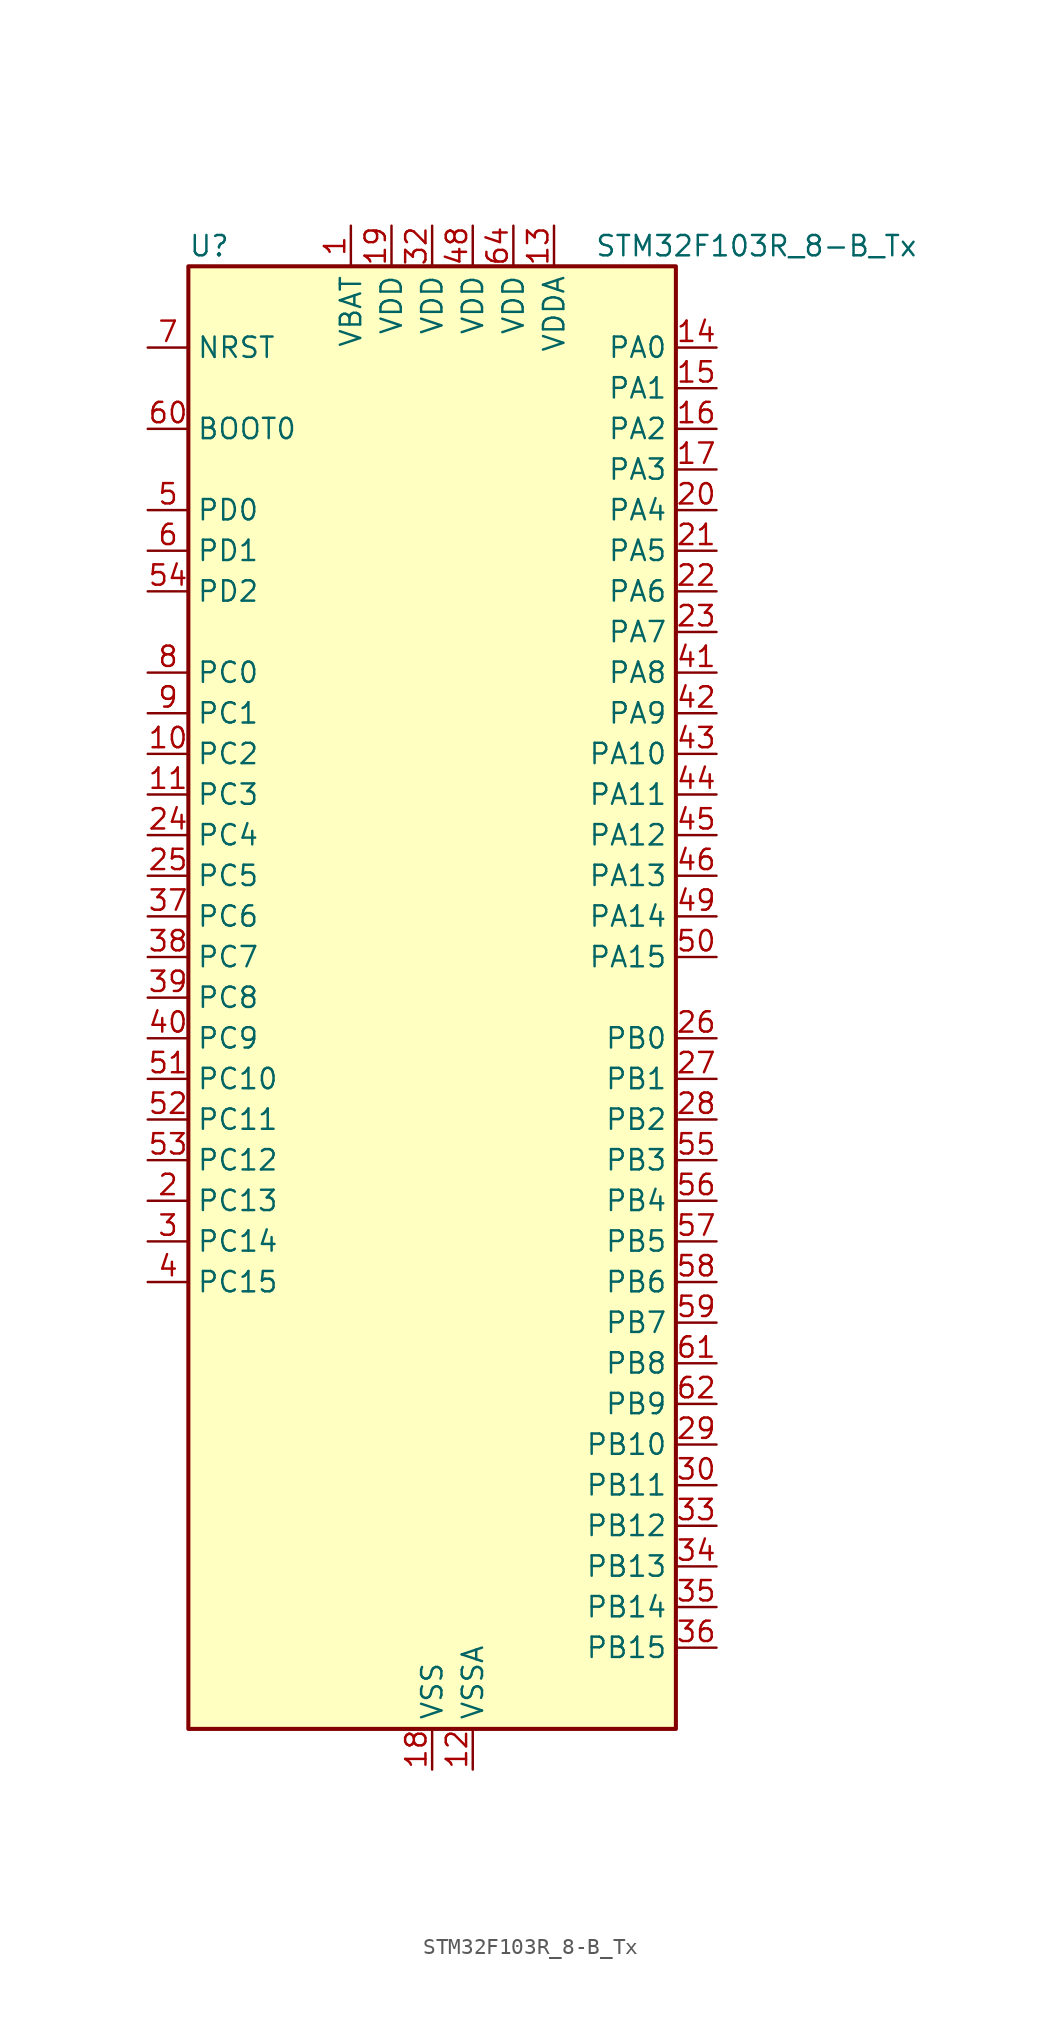
<source format=kicad_sym>
(kicad_symbol_lib
  (version 20241209)
  (generator "kicad_symbol_editor")
  (generator_version "9.0")
  (symbol "STM32F103R_8-B_Tx"
    (property "Reference" "U"
      (at -15.24 46.99 0)
      (effects (font (size 1.27 1.27)) (justify left)))
    (property "Value" "STM32F103R_8-B_Tx"
      (at 10.16 46.99 0)
      (effects (font (size 1.27 1.27)) (justify left)))
    (symbol "STM32F103R_8-B_Tx_0_1"
      (rectangle (start -15.24 -45.72) (end 15.24 45.72) (stroke (width 0.254) (type default)) (fill (type background))))
    (symbol "STM32F103R_8-B_Tx_1_1"
      (pin input line (at -17.78 40.64 0) (length 2.54) (name "NRST" (effects (font (size 1.27 1.27)))) (number "7" (effects (font (size 1.27 1.27)))))
      (pin input line (at -17.78 35.56 0) (length 2.54) (name "BOOT0" (effects (font (size 1.27 1.27)))) (number "60" (effects (font (size 1.27 1.27)))))
      (pin bidirectional line (at -17.78 30.48 0) (length 2.54) (name "PD0" (effects (font (size 1.27 1.27)))) (number "5" (effects (font (size 1.27 1.27)))) (alternate "RCC_OSC_IN" bidirectional line))
      (pin bidirectional line (at -17.78 27.94 0) (length 2.54) (name "PD1" (effects (font (size 1.27 1.27)))) (number "6" (effects (font (size 1.27 1.27)))) (alternate "RCC_OSC_OUT" bidirectional line))
      (pin bidirectional line (at -17.78 25.4 0) (length 2.54) (name "PD2" (effects (font (size 1.27 1.27)))) (number "54" (effects (font (size 1.27 1.27)))) (alternate "TIM3_ETR" bidirectional line))
      (pin bidirectional line (at -17.78 20.32 0) (length 2.54) (name "PC0" (effects (font (size 1.27 1.27)))) (number "8" (effects (font (size 1.27 1.27)))) (alternate "ADC1_IN10" bidirectional line) (alternate "ADC2_IN10" bidirectional line))
      (pin bidirectional line (at -17.78 17.78 0) (length 2.54) (name "PC1" (effects (font (size 1.27 1.27)))) (number "9" (effects (font (size 1.27 1.27)))) (alternate "ADC1_IN11" bidirectional line) (alternate "ADC2_IN11" bidirectional line))
      (pin bidirectional line (at -17.78 15.24 0) (length 2.54) (name "PC2" (effects (font (size 1.27 1.27)))) (number "10" (effects (font (size 1.27 1.27)))) (alternate "ADC1_IN12" bidirectional line) (alternate "ADC2_IN12" bidirectional line))
      (pin bidirectional line (at -17.78 12.7 0) (length 2.54) (name "PC3" (effects (font (size 1.27 1.27)))) (number "11" (effects (font (size 1.27 1.27)))) (alternate "ADC1_IN13" bidirectional line) (alternate "ADC2_IN13" bidirectional line))
      (pin bidirectional line (at -17.78 10.16 0) (length 2.54) (name "PC4" (effects (font (size 1.27 1.27)))) (number "24" (effects (font (size 1.27 1.27)))) (alternate "ADC1_IN14" bidirectional line) (alternate "ADC2_IN14" bidirectional line))
      (pin bidirectional line (at -17.78 7.62 0) (length 2.54) (name "PC5" (effects (font (size 1.27 1.27)))) (number "25" (effects (font (size 1.27 1.27)))) (alternate "ADC1_IN15" bidirectional line) (alternate "ADC2_IN15" bidirectional line))
      (pin bidirectional line (at -17.78 5.08 0) (length 2.54) (name "PC6" (effects (font (size 1.27 1.27)))) (number "37" (effects (font (size 1.27 1.27)))) (alternate "TIM3_CH1" bidirectional line))
      (pin bidirectional line (at -17.78 2.54 0) (length 2.54) (name "PC7" (effects (font (size 1.27 1.27)))) (number "38" (effects (font (size 1.27 1.27)))) (alternate "TIM3_CH2" bidirectional line))
      (pin bidirectional line (at -17.78 0 0) (length 2.54) (name "PC8" (effects (font (size 1.27 1.27)))) (number "39" (effects (font (size 1.27 1.27)))) (alternate "TIM3_CH3" bidirectional line))
      (pin bidirectional line (at -17.78 -2.54 0) (length 2.54) (name "PC9" (effects (font (size 1.27 1.27)))) (number "40" (effects (font (size 1.27 1.27)))) (alternate "TIM3_CH4" bidirectional line))
      (pin bidirectional line (at -17.78 -5.08 0) (length 2.54) (name "PC10" (effects (font (size 1.27 1.27)))) (number "51" (effects (font (size 1.27 1.27)))) (alternate "USART3_TX" bidirectional line))
      (pin bidirectional line (at -17.78 -7.62 0) (length 2.54) (name "PC11" (effects (font (size 1.27 1.27)))) (number "52" (effects (font (size 1.27 1.27)))) (alternate "ADC1_EXTI11" bidirectional line) (alternate "ADC2_EXTI11" bidirectional line) (alternate "USART3_RX" bidirectional line))
      (pin bidirectional line (at -17.78 -10.16 0) (length 2.54) (name "PC12" (effects (font (size 1.27 1.27)))) (number "53" (effects (font (size 1.27 1.27)))) (alternate "USART3_CK" bidirectional line))
      (pin bidirectional line (at -17.78 -12.7 0) (length 2.54) (name "PC13" (effects (font (size 1.27 1.27)))) (number "2" (effects (font (size 1.27 1.27)))) (alternate "RTC_OUT" bidirectional line) (alternate "RTC_TAMPER" bidirectional line))
      (pin bidirectional line (at -17.78 -15.24 0) (length 2.54) (name "PC14" (effects (font (size 1.27 1.27)))) (number "3" (effects (font (size 1.27 1.27)))) (alternate "RCC_OSC32_IN" bidirectional line))
      (pin bidirectional line (at -17.78 -17.78 0) (length 2.54) (name "PC15" (effects (font (size 1.27 1.27)))) (number "4" (effects (font (size 1.27 1.27)))) (alternate "ADC1_EXTI15" bidirectional line) (alternate "ADC2_EXTI15" bidirectional line) (alternate "RCC_OSC32_OUT" bidirectional line))
      (pin power_in line (at -5.08 48.26 270) (length 2.54) (name "VBAT" (effects (font (size 1.27 1.27)))) (number "1" (effects (font (size 1.27 1.27)))))
      (pin power_in line (at -2.54 48.26 270) (length 2.54) (name "VDD" (effects (font (size 1.27 1.27)))) (number "19" (effects (font (size 1.27 1.27)))))
      (pin power_in line (at 0 48.26 270) (length 2.54) (name "VDD" (effects (font (size 1.27 1.27)))) (number "32" (effects (font (size 1.27 1.27)))))
      (pin power_in line (at 0 -48.26 90) (length 2.54) (name "VSS" (effects (font (size 1.27 1.27)))) (number "18" (effects (font (size 1.27 1.27)))))
      (pin passive line (at 0 -48.26 90) (length 2.54) (hide yes) (name "VSS" (effects (font (size 1.27 1.27)))) (number "31" (effects (font (size 1.27 1.27)))))
      (pin passive line (at 0 -48.26 90) (length 2.54) (hide yes) (name "VSS" (effects (font (size 1.27 1.27)))) (number "47" (effects (font (size 1.27 1.27)))))
      (pin passive line (at 0 -48.26 90) (length 2.54) (hide yes) (name "VSS" (effects (font (size 1.27 1.27)))) (number "63" (effects (font (size 1.27 1.27)))))
      (pin power_in line (at 2.54 48.26 270) (length 2.54) (name "VDD" (effects (font (size 1.27 1.27)))) (number "48" (effects (font (size 1.27 1.27)))))
      (pin power_in line (at 2.54 -48.26 90) (length 2.54) (name "VSSA" (effects (font (size 1.27 1.27)))) (number "12" (effects (font (size 1.27 1.27)))))
      (pin power_in line (at 5.08 48.26 270) (length 2.54) (name "VDD" (effects (font (size 1.27 1.27)))) (number "64" (effects (font (size 1.27 1.27)))))
      (pin power_in line (at 7.62 48.26 270) (length 2.54) (name "VDDA" (effects (font (size 1.27 1.27)))) (number "13" (effects (font (size 1.27 1.27)))))
      (pin bidirectional line (at 17.78 40.64 180) (length 2.54) (name "PA0" (effects (font (size 1.27 1.27)))) (number "14" (effects (font (size 1.27 1.27)))) (alternate "ADC1_IN0" bidirectional line) (alternate "ADC2_IN0" bidirectional line) (alternate "SYS_WKUP" bidirectional line) (alternate "TIM2_CH1" bidirectional line) (alternate "TIM2_ETR" bidirectional line) (alternate "USART2_CTS" bidirectional line))
      (pin bidirectional line (at 17.78 38.1 180) (length 2.54) (name "PA1" (effects (font (size 1.27 1.27)))) (number "15" (effects (font (size 1.27 1.27)))) (alternate "ADC1_IN1" bidirectional line) (alternate "ADC2_IN1" bidirectional line) (alternate "TIM2_CH2" bidirectional line) (alternate "USART2_RTS" bidirectional line))
      (pin bidirectional line (at 17.78 35.56 180) (length 2.54) (name "PA2" (effects (font (size 1.27 1.27)))) (number "16" (effects (font (size 1.27 1.27)))) (alternate "ADC1_IN2" bidirectional line) (alternate "ADC2_IN2" bidirectional line) (alternate "TIM2_CH3" bidirectional line) (alternate "USART2_TX" bidirectional line))
      (pin bidirectional line (at 17.78 33.02 180) (length 2.54) (name "PA3" (effects (font (size 1.27 1.27)))) (number "17" (effects (font (size 1.27 1.27)))) (alternate "ADC1_IN3" bidirectional line) (alternate "ADC2_IN3" bidirectional line) (alternate "TIM2_CH4" bidirectional line) (alternate "USART2_RX" bidirectional line))
      (pin bidirectional line (at 17.78 30.48 180) (length 2.54) (name "PA4" (effects (font (size 1.27 1.27)))) (number "20" (effects (font (size 1.27 1.27)))) (alternate "ADC1_IN4" bidirectional line) (alternate "ADC2_IN4" bidirectional line) (alternate "SPI1_NSS" bidirectional line) (alternate "USART2_CK" bidirectional line))
      (pin bidirectional line (at 17.78 27.94 180) (length 2.54) (name "PA5" (effects (font (size 1.27 1.27)))) (number "21" (effects (font (size 1.27 1.27)))) (alternate "ADC1_IN5" bidirectional line) (alternate "ADC2_IN5" bidirectional line) (alternate "SPI1_SCK" bidirectional line))
      (pin bidirectional line (at 17.78 25.4 180) (length 2.54) (name "PA6" (effects (font (size 1.27 1.27)))) (number "22" (effects (font (size 1.27 1.27)))) (alternate "ADC1_IN6" bidirectional line) (alternate "ADC2_IN6" bidirectional line) (alternate "SPI1_MISO" bidirectional line) (alternate "TIM1_BKIN" bidirectional line) (alternate "TIM3_CH1" bidirectional line))
      (pin bidirectional line (at 17.78 22.86 180) (length 2.54) (name "PA7" (effects (font (size 1.27 1.27)))) (number "23" (effects (font (size 1.27 1.27)))) (alternate "ADC1_IN7" bidirectional line) (alternate "ADC2_IN7" bidirectional line) (alternate "SPI1_MOSI" bidirectional line) (alternate "TIM1_CH1N" bidirectional line) (alternate "TIM3_CH2" bidirectional line))
      (pin bidirectional line (at 17.78 20.32 180) (length 2.54) (name "PA8" (effects (font (size 1.27 1.27)))) (number "41" (effects (font (size 1.27 1.27)))) (alternate "RCC_MCO" bidirectional line) (alternate "TIM1_CH1" bidirectional line) (alternate "USART1_CK" bidirectional line))
      (pin bidirectional line (at 17.78 17.78 180) (length 2.54) (name "PA9" (effects (font (size 1.27 1.27)))) (number "42" (effects (font (size 1.27 1.27)))) (alternate "TIM1_CH2" bidirectional line) (alternate "USART1_TX" bidirectional line))
      (pin bidirectional line (at 17.78 15.24 180) (length 2.54) (name "PA10" (effects (font (size 1.27 1.27)))) (number "43" (effects (font (size 1.27 1.27)))) (alternate "TIM1_CH3" bidirectional line) (alternate "USART1_RX" bidirectional line))
      (pin bidirectional line (at 17.78 12.7 180) (length 2.54) (name "PA11" (effects (font (size 1.27 1.27)))) (number "44" (effects (font (size 1.27 1.27)))) (alternate "ADC1_EXTI11" bidirectional line) (alternate "ADC2_EXTI11" bidirectional line) (alternate "CAN_RX" bidirectional line) (alternate "TIM1_CH4" bidirectional line) (alternate "USART1_CTS" bidirectional line) (alternate "USB_DM" bidirectional line))
      (pin bidirectional line (at 17.78 10.16 180) (length 2.54) (name "PA12" (effects (font (size 1.27 1.27)))) (number "45" (effects (font (size 1.27 1.27)))) (alternate "CAN_TX" bidirectional line) (alternate "TIM1_ETR" bidirectional line) (alternate "USART1_RTS" bidirectional line) (alternate "USB_DP" bidirectional line))
      (pin bidirectional line (at 17.78 7.62 180) (length 2.54) (name "PA13" (effects (font (size 1.27 1.27)))) (number "46" (effects (font (size 1.27 1.27)))) (alternate "SYS_JTMS-SWDIO" bidirectional line))
      (pin bidirectional line (at 17.78 5.08 180) (length 2.54) (name "PA14" (effects (font (size 1.27 1.27)))) (number "49" (effects (font (size 1.27 1.27)))) (alternate "SYS_JTCK-SWCLK" bidirectional line))
      (pin bidirectional line (at 17.78 2.54 180) (length 2.54) (name "PA15" (effects (font (size 1.27 1.27)))) (number "50" (effects (font (size 1.27 1.27)))) (alternate "ADC1_EXTI15" bidirectional line) (alternate "ADC2_EXTI15" bidirectional line) (alternate "SPI1_NSS" bidirectional line) (alternate "SYS_JTDI" bidirectional line) (alternate "TIM2_CH1" bidirectional line) (alternate "TIM2_ETR" bidirectional line))
      (pin bidirectional line (at 17.78 -2.54 180) (length 2.54) (name "PB0" (effects (font (size 1.27 1.27)))) (number "26" (effects (font (size 1.27 1.27)))) (alternate "ADC1_IN8" bidirectional line) (alternate "ADC2_IN8" bidirectional line) (alternate "TIM1_CH2N" bidirectional line) (alternate "TIM3_CH3" bidirectional line))
      (pin bidirectional line (at 17.78 -5.08 180) (length 2.54) (name "PB1" (effects (font (size 1.27 1.27)))) (number "27" (effects (font (size 1.27 1.27)))) (alternate "ADC1_IN9" bidirectional line) (alternate "ADC2_IN9" bidirectional line) (alternate "TIM1_CH3N" bidirectional line) (alternate "TIM3_CH4" bidirectional line))
      (pin bidirectional line (at 17.78 -7.62 180) (length 2.54) (name "PB2" (effects (font (size 1.27 1.27)))) (number "28" (effects (font (size 1.27 1.27)))))
      (pin bidirectional line (at 17.78 -10.16 180) (length 2.54) (name "PB3" (effects (font (size 1.27 1.27)))) (number "55" (effects (font (size 1.27 1.27)))) (alternate "SPI1_SCK" bidirectional line) (alternate "SYS_JTDO-TRACESWO" bidirectional line) (alternate "TIM2_CH2" bidirectional line))
      (pin bidirectional line (at 17.78 -12.7 180) (length 2.54) (name "PB4" (effects (font (size 1.27 1.27)))) (number "56" (effects (font (size 1.27 1.27)))) (alternate "SPI1_MISO" bidirectional line) (alternate "SYS_NJTRST" bidirectional line) (alternate "TIM3_CH1" bidirectional line))
      (pin bidirectional line (at 17.78 -15.24 180) (length 2.54) (name "PB5" (effects (font (size 1.27 1.27)))) (number "57" (effects (font (size 1.27 1.27)))) (alternate "I2C1_SMBA" bidirectional line) (alternate "SPI1_MOSI" bidirectional line) (alternate "TIM3_CH2" bidirectional line))
      (pin bidirectional line (at 17.78 -17.78 180) (length 2.54) (name "PB6" (effects (font (size 1.27 1.27)))) (number "58" (effects (font (size 1.27 1.27)))) (alternate "I2C1_SCL" bidirectional line) (alternate "TIM4_CH1" bidirectional line) (alternate "USART1_TX" bidirectional line))
      (pin bidirectional line (at 17.78 -20.32 180) (length 2.54) (name "PB7" (effects (font (size 1.27 1.27)))) (number "59" (effects (font (size 1.27 1.27)))) (alternate "I2C1_SDA" bidirectional line) (alternate "TIM4_CH2" bidirectional line) (alternate "USART1_RX" bidirectional line))
      (pin bidirectional line (at 17.78 -22.86 180) (length 2.54) (name "PB8" (effects (font (size 1.27 1.27)))) (number "61" (effects (font (size 1.27 1.27)))) (alternate "CAN_RX" bidirectional line) (alternate "I2C1_SCL" bidirectional line) (alternate "TIM4_CH3" bidirectional line))
      (pin bidirectional line (at 17.78 -25.4 180) (length 2.54) (name "PB9" (effects (font (size 1.27 1.27)))) (number "62" (effects (font (size 1.27 1.27)))) (alternate "CAN_TX" bidirectional line) (alternate "I2C1_SDA" bidirectional line) (alternate "TIM4_CH4" bidirectional line))
      (pin bidirectional line (at 17.78 -27.94 180) (length 2.54) (name "PB10" (effects (font (size 1.27 1.27)))) (number "29" (effects (font (size 1.27 1.27)))) (alternate "I2C2_SCL" bidirectional line) (alternate "TIM2_CH3" bidirectional line) (alternate "USART3_TX" bidirectional line))
      (pin bidirectional line (at 17.78 -30.48 180) (length 2.54) (name "PB11" (effects (font (size 1.27 1.27)))) (number "30" (effects (font (size 1.27 1.27)))) (alternate "ADC1_EXTI11" bidirectional line) (alternate "ADC2_EXTI11" bidirectional line) (alternate "I2C2_SDA" bidirectional line) (alternate "TIM2_CH4" bidirectional line) (alternate "USART3_RX" bidirectional line))
      (pin bidirectional line (at 17.78 -33.02 180) (length 2.54) (name "PB12" (effects (font (size 1.27 1.27)))) (number "33" (effects (font (size 1.27 1.27)))) (alternate "I2C2_SMBA" bidirectional line) (alternate "SPI2_NSS" bidirectional line) (alternate "TIM1_BKIN" bidirectional line) (alternate "USART3_CK" bidirectional line))
      (pin bidirectional line (at 17.78 -35.56 180) (length 2.54) (name "PB13" (effects (font (size 1.27 1.27)))) (number "34" (effects (font (size 1.27 1.27)))) (alternate "SPI2_SCK" bidirectional line) (alternate "TIM1_CH1N" bidirectional line) (alternate "USART3_CTS" bidirectional line))
      (pin bidirectional line (at 17.78 -38.1 180) (length 2.54) (name "PB14" (effects (font (size 1.27 1.27)))) (number "35" (effects (font (size 1.27 1.27)))) (alternate "SPI2_MISO" bidirectional line) (alternate "TIM1_CH2N" bidirectional line) (alternate "USART3_RTS" bidirectional line))
      (pin bidirectional line (at 17.78 -40.64 180) (length 2.54) (name "PB15" (effects (font (size 1.27 1.27)))) (number "36" (effects (font (size 1.27 1.27)))) (alternate "ADC1_EXTI15" bidirectional line) (alternate "ADC2_EXTI15" bidirectional line) (alternate "SPI2_MOSI" bidirectional line) (alternate "TIM1_CH3N" bidirectional line)))))
</source>
